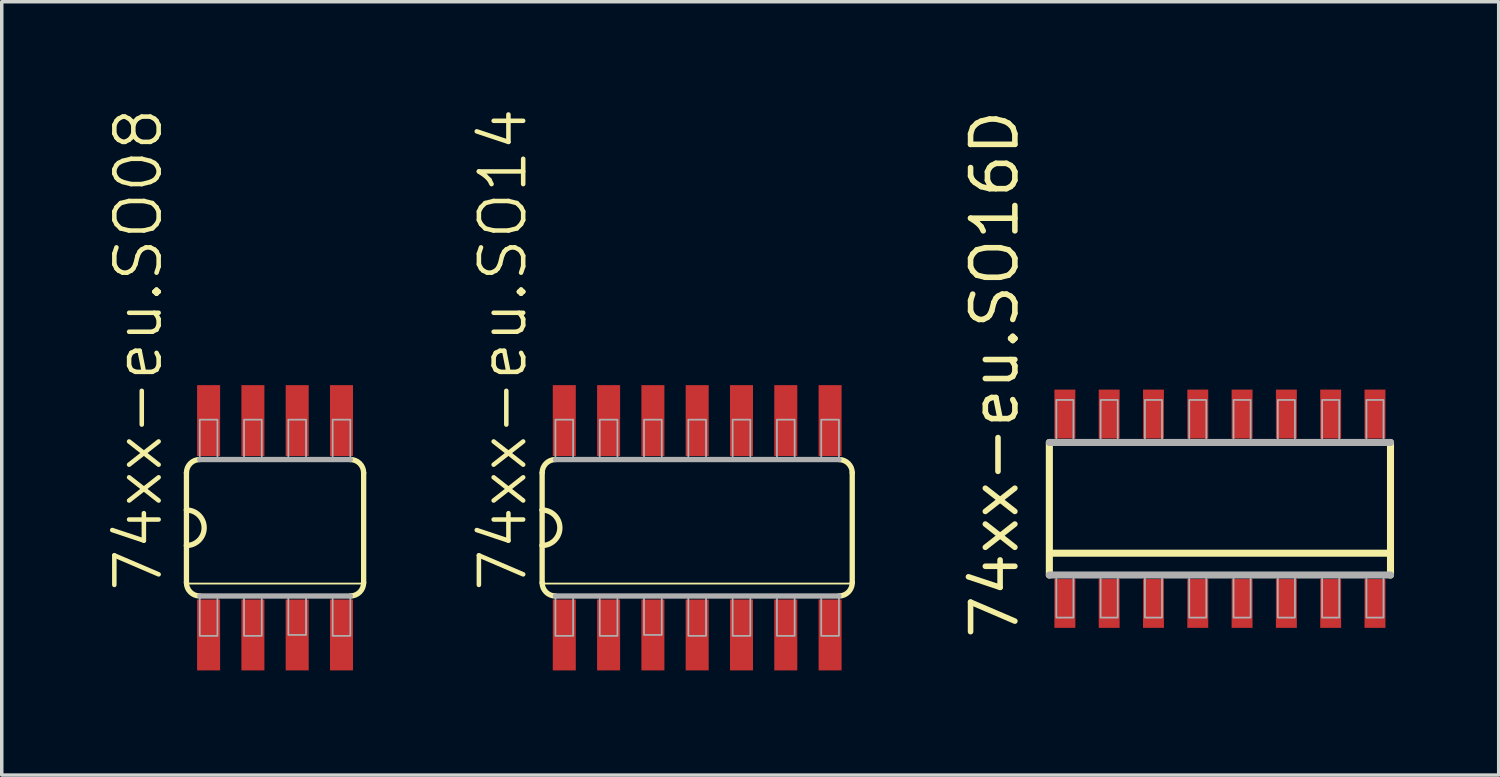
<source format=kicad_pcb>
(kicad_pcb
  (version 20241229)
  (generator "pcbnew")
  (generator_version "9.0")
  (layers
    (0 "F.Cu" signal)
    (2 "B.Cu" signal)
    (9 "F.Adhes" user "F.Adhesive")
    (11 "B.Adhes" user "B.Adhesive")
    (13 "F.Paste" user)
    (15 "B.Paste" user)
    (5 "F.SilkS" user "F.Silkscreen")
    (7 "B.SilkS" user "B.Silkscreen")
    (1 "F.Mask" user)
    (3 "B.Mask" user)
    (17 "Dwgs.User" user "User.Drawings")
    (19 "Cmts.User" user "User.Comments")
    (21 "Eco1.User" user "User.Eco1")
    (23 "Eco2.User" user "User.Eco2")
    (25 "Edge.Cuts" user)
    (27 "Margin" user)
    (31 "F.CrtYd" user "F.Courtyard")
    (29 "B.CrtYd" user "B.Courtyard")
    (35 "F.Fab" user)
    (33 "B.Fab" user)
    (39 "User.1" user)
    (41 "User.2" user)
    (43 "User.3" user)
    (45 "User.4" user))
  (footprint "74xx-eu.SO16D"
    (layer "F.Cu")
    (at 31.923 11.535)
    (property "Reference" "74xx-eu.SO16D" (at -5.715 3.81 90) (layer "F.SilkS") (effects (font (size 1.27 1.27) (thickness 0.16)) (justify left bottom)))
    (attr smd)
    (fp_line (start -4.89 1.9) (end -4.89 -1.9) (stroke (width 0.203) (type default)) (layer "F.SilkS"))
    (fp_line (start 4.84 1.275) (end -4.84 1.275) (stroke (width 0.203) (type default)) (layer "F.SilkS"))
    (fp_line (start 4.89 -1.9) (end 4.89 1.9) (stroke (width 0.203) (type default)) (layer "F.SilkS"))
    (fp_line (start -4.89 -1.9) (end 4.89 -1.9) (stroke (width 0.203) (type default)) (layer "F.Fab"))
    (fp_line (start 4.89 1.9) (end -4.89 1.9) (stroke (width 0.203) (type default)) (layer "F.Fab"))
    (fp_rect (start -4.69 -1.85) (end -4.2 -3.12) (stroke (width 0.05) (type default)) (fill no) (layer "F.Fab"))
    (fp_rect (start -4.69 3.12) (end -4.2 1.85) (stroke (width 0.05) (type default)) (fill no) (layer "F.Fab"))
    (fp_rect (start -3.42 -1.85) (end -2.93 -3.12) (stroke (width 0.05) (type default)) (fill no) (layer "F.Fab"))
    (fp_rect (start -3.42 3.12) (end -2.93 1.85) (stroke (width 0.05) (type default)) (fill no) (layer "F.Fab"))
    (fp_rect (start -2.15 -1.85) (end -1.66 -3.12) (stroke (width 0.05) (type default)) (fill no) (layer "F.Fab"))
    (fp_rect (start -2.15 3.12) (end -1.66 1.85) (stroke (width 0.05) (type default)) (fill no) (layer "F.Fab"))
    (fp_rect (start -0.88 -1.85) (end -0.39 -3.12) (stroke (width 0.05) (type default)) (fill no) (layer "F.Fab"))
    (fp_rect (start -0.88 3.12) (end -0.39 1.85) (stroke (width 0.05) (type default)) (fill no) (layer "F.Fab"))
    (fp_rect (start 0.39 -1.85) (end 0.88 -3.12) (stroke (width 0.05) (type default)) (fill no) (layer "F.Fab"))
    (fp_rect (start 0.39 3.12) (end 0.88 1.85) (stroke (width 0.05) (type default)) (fill no) (layer "F.Fab"))
    (fp_rect (start 1.66 -1.85) (end 2.15 -3.12) (stroke (width 0.05) (type default)) (fill no) (layer "F.Fab"))
    (fp_rect (start 1.66 3.12) (end 2.15 1.85) (stroke (width 0.05) (type default)) (fill no) (layer "F.Fab"))
    (fp_rect (start 2.93 -1.85) (end 3.42 -3.12) (stroke (width 0.05) (type default)) (fill no) (layer "F.Fab"))
    (fp_rect (start 2.93 3.12) (end 3.42 1.85) (stroke (width 0.05) (type default)) (fill no) (layer "F.Fab"))
    (fp_rect (start 4.2 -1.85) (end 4.69 -3.12) (stroke (width 0.05) (type default)) (fill no) (layer "F.Fab"))
    (fp_rect (start 4.2 3.12) (end 4.69 1.85) (stroke (width 0.05) (type default)) (fill no) (layer "F.Fab"))
    (pad "1" smd roundrect (at -4.445 2.715) (size 0.6 1.4) (layers "F.Cu" "F.Mask" "F.Paste") (roundrect_rratio 0.01))
    (pad "2" smd roundrect (at -3.175 2.715) (size 0.6 1.4) (layers "F.Cu" "F.Mask" "F.Paste") (roundrect_rratio 0.01))
    (pad "3" smd roundrect (at -1.905 2.715) (size 0.6 1.4) (layers "F.Cu" "F.Mask" "F.Paste") (roundrect_rratio 0.01))
    (pad "4" smd roundrect (at -0.635 2.715) (size 0.6 1.4) (layers "F.Cu" "F.Mask" "F.Paste") (roundrect_rratio 0.01))
    (pad "5" smd roundrect (at 0.635 2.715) (size 0.6 1.4) (layers "F.Cu" "F.Mask" "F.Paste") (roundrect_rratio 0.01))
    (pad "6" smd roundrect (at 1.905 2.715) (size 0.6 1.4) (layers "F.Cu" "F.Mask" "F.Paste") (roundrect_rratio 0.01))
    (pad "7" smd roundrect (at 3.175 2.715) (size 0.6 1.4) (layers "F.Cu" "F.Mask" "F.Paste") (roundrect_rratio 0.01))
    (pad "8" smd roundrect (at 4.445 2.715) (size 0.6 1.4) (layers "F.Cu" "F.Mask" "F.Paste") (roundrect_rratio 0.01))
    (pad "9" smd roundrect (at 4.445 -2.715 180) (size 0.6 1.4) (layers "F.Cu" "F.Mask" "F.Paste") (roundrect_rratio 0.01))
    (pad "10" smd roundrect (at 3.175 -2.715 180) (size 0.6 1.4) (layers "F.Cu" "F.Mask" "F.Paste") (roundrect_rratio 0.01))
    (pad "11" smd roundrect (at 1.905 -2.715 180) (size 0.6 1.4) (layers "F.Cu" "F.Mask" "F.Paste") (roundrect_rratio 0.01))
    (pad "12" smd roundrect (at 0.635 -2.715 180) (size 0.6 1.4) (layers "F.Cu" "F.Mask" "F.Paste") (roundrect_rratio 0.01))
    (pad "13" smd roundrect (at -0.635 -2.715 180) (size 0.6 1.4) (layers "F.Cu" "F.Mask" "F.Paste") (roundrect_rratio 0.01))
    (pad "14" smd roundrect (at -1.905 -2.715 180) (size 0.6 1.4) (layers "F.Cu" "F.Mask" "F.Paste") (roundrect_rratio 0.01))
    (pad "15" smd roundrect (at -3.175 -2.715 180) (size 0.6 1.4) (layers "F.Cu" "F.Mask" "F.Paste") (roundrect_rratio 0.01))
    (pad "16" smd roundrect (at -4.445 -2.715 180) (size 0.6 1.4) (layers "F.Cu" "F.Mask" "F.Paste") (roundrect_rratio 0.01)))
  (footprint "74xx-eu.SO08"
    (layer "F.Cu")
    (at 4.835 12.08)
    (property "Reference" "74xx-eu.SO08" (at -3.175 1.905 90) (layer "F.SilkS") (effects (font (size 1.27 1.27) (thickness 0.13)) (justify left bottom)))
    (attr smd)
    (fp_line (start -2.54 -1.575) (end -2.54 -0.508) (stroke (width 0.152) (type default)) (layer "F.SilkS"))
    (fp_line (start -2.54 -0.508) (end -2.54 0.508) (stroke (width 0.152) (type default)) (layer "F.SilkS"))
    (fp_line (start -2.54 0.508) (end -2.54 1.575) (stroke (width 0.152) (type default)) (layer "F.SilkS"))
    (fp_line (start -2.54 1.6) (end 2.54 1.6) (stroke (width 0.051) (type default)) (layer "F.SilkS"))
    (fp_line (start 2.54 1.575) (end 2.54 -1.575) (stroke (width 0.152) (type default)) (layer "F.SilkS"))
    (fp_arc (start -2.54 -1.5748) (mid -2.428408 -1.844208) (end -2.159 -1.9558) (stroke (width 0.1524) (type default)) (layer "F.SilkS"))
    (fp_arc (start -2.54 -0.508) (mid -2.032 0) (end -2.54 0.508) (stroke (width 0.1524) (type default)) (layer "F.SilkS"))
    (fp_arc (start -2.159 1.9558) (mid -2.428408 1.844208) (end -2.54 1.5748) (stroke (width 0.1524) (type default)) (layer "F.SilkS"))
    (fp_arc (start 2.159 -1.9558) (mid 2.428408 -1.844208) (end 2.54 -1.5748) (stroke (width 0.1524) (type default)) (layer "F.SilkS"))
    (fp_arc (start 2.54 1.5748) (mid 2.428408 1.844208) (end 2.159 1.9558) (stroke (width 0.1524) (type default)) (layer "F.SilkS"))
    (fp_line (start -2.159 1.956) (end 2.159 1.956) (stroke (width 0.152) (type default)) (layer "F.Fab"))
    (fp_line (start 2.159 -1.956) (end -2.159 -1.956) (stroke (width 0.152) (type default)) (layer "F.Fab"))
    (fp_rect (start -2.159 -1.956) (end -1.651 -3.099) (stroke (width 0.05) (type default)) (fill no) (layer "F.Fab"))
    (fp_rect (start -2.159 3.099) (end -1.651 1.956) (stroke (width 0.05) (type default)) (fill no) (layer "F.Fab"))
    (fp_rect (start -0.889 -1.956) (end -0.381 -3.099) (stroke (width 0.05) (type default)) (fill no) (layer "F.Fab"))
    (fp_rect (start -0.889 3.099) (end -0.381 1.956) (stroke (width 0.05) (type default)) (fill no) (layer "F.Fab"))
    (fp_rect (start 0.381 -1.956) (end 0.889 -3.099) (stroke (width 0.05) (type default)) (fill no) (layer "F.Fab"))
    (fp_rect (start 0.381 3.073) (end 0.889 1.93) (stroke (width 0.05) (type default)) (fill no) (layer "F.Fab"))
    (fp_rect (start 1.651 -1.956) (end 2.159 -3.099) (stroke (width 0.05) (type default)) (fill no) (layer "F.Fab"))
    (fp_rect (start 1.651 3.099) (end 2.159 1.956) (stroke (width 0.05) (type default)) (fill no) (layer "F.Fab"))
    (pad "1" smd roundrect (at -1.905 3.073) (size 0.66 2.032) (layers "F.Cu" "F.Mask" "F.Paste") (roundrect_rratio 0.01))
    (pad "2" smd roundrect (at -0.635 3.073) (size 0.66 2.032) (layers "F.Cu" "F.Mask" "F.Paste") (roundrect_rratio 0.01))
    (pad "3" smd roundrect (at 0.635 3.073) (size 0.66 2.032) (layers "F.Cu" "F.Mask" "F.Paste") (roundrect_rratio 0.01))
    (pad "4" smd roundrect (at 1.905 3.073) (size 0.66 2.032) (layers "F.Cu" "F.Mask" "F.Paste") (roundrect_rratio 0.01))
    (pad "5" smd roundrect (at 1.905 -3.073) (size 0.66 2.032) (layers "F.Cu" "F.Mask" "F.Paste") (roundrect_rratio 0.01))
    (pad "6" smd roundrect (at 0.635 -3.073) (size 0.66 2.032) (layers "F.Cu" "F.Mask" "F.Paste") (roundrect_rratio 0.01))
    (pad "7" smd roundrect (at -0.635 -3.073) (size 0.66 2.032) (layers "F.Cu" "F.Mask" "F.Paste") (roundrect_rratio 0.01))
    (pad "8" smd roundrect (at -1.905 -3.073) (size 0.66 2.032) (layers "F.Cu" "F.Mask" "F.Paste") (roundrect_rratio 0.01)))
  (footprint "74xx-eu.SO14"
    (layer "F.Cu")
    (at 16.937 12.08)
    (property "Reference" "74xx-eu.SO14" (at -4.826 1.905 90) (layer "F.SilkS") (effects (font (size 1.27 1.27) (thickness 0.13)) (justify left bottom)))
    (attr smd)
    (fp_line (start -4.445 -1.575) (end -4.445 -0.508) (stroke (width 0.152) (type default)) (layer "F.SilkS"))
    (fp_line (start -4.445 -0.508) (end -4.445 0.508) (stroke (width 0.152) (type default)) (layer "F.SilkS"))
    (fp_line (start -4.445 0.508) (end -4.445 1.575) (stroke (width 0.152) (type default)) (layer "F.SilkS"))
    (fp_line (start -4.445 1.6) (end 4.445 1.6) (stroke (width 0.051) (type default)) (layer "F.SilkS"))
    (fp_line (start 4.445 1.575) (end 4.445 -1.575) (stroke (width 0.152) (type default)) (layer "F.SilkS"))
    (fp_arc (start -4.445 -1.5748) (mid -4.333408 -1.844208) (end -4.064 -1.9558) (stroke (width 0.1524) (type default)) (layer "F.SilkS"))
    (fp_arc (start -4.445 -0.508) (mid -3.937 0) (end -4.445 0.508) (stroke (width 0.1524) (type default)) (layer "F.SilkS"))
    (fp_arc (start -4.064 1.9558) (mid -4.333408 1.844208) (end -4.445 1.5748) (stroke (width 0.1524) (type default)) (layer "F.SilkS"))
    (fp_arc (start 4.064 -1.9558) (mid 4.333408 -1.844208) (end 4.445 -1.5748) (stroke (width 0.1524) (type default)) (layer "F.SilkS"))
    (fp_arc (start 4.445 1.5748) (mid 4.333408 1.844208) (end 4.064 1.9558) (stroke (width 0.1524) (type default)) (layer "F.SilkS"))
    (fp_line (start -4.064 1.956) (end 4.064 1.956) (stroke (width 0.152) (type default)) (layer "F.Fab"))
    (fp_line (start 4.064 -1.956) (end -4.064 -1.956) (stroke (width 0.152) (type default)) (layer "F.Fab"))
    (fp_rect (start -4.064 -1.956) (end -3.556 -3.099) (stroke (width 0.05) (type default)) (fill no) (layer "F.Fab"))
    (fp_rect (start -4.064 3.099) (end -3.556 1.956) (stroke (width 0.05) (type default)) (fill no) (layer "F.Fab"))
    (fp_rect (start -2.794 -1.956) (end -2.286 -3.099) (stroke (width 0.05) (type default)) (fill no) (layer "F.Fab"))
    (fp_rect (start -2.794 3.099) (end -2.286 1.956) (stroke (width 0.05) (type default)) (fill no) (layer "F.Fab"))
    (fp_rect (start -1.524 -1.956) (end -1.016 -3.099) (stroke (width 0.05) (type default)) (fill no) (layer "F.Fab"))
    (fp_rect (start -1.524 3.073) (end -1.016 1.93) (stroke (width 0.05) (type default)) (fill no) (layer "F.Fab"))
    (fp_rect (start -0.254 -1.956) (end 0.254 -3.099) (stroke (width 0.05) (type default)) (fill no) (layer "F.Fab"))
    (fp_rect (start -0.254 3.099) (end 0.254 1.956) (stroke (width 0.05) (type default)) (fill no) (layer "F.Fab"))
    (fp_rect (start 1.016 -1.956) (end 1.524 -3.099) (stroke (width 0.05) (type default)) (fill no) (layer "F.Fab"))
    (fp_rect (start 1.016 3.099) (end 1.524 1.956) (stroke (width 0.05) (type default)) (fill no) (layer "F.Fab"))
    (fp_rect (start 2.286 -1.956) (end 2.794 -3.099) (stroke (width 0.05) (type default)) (fill no) (layer "F.Fab"))
    (fp_rect (start 2.286 3.099) (end 2.794 1.956) (stroke (width 0.05) (type default)) (fill no) (layer "F.Fab"))
    (fp_rect (start 3.556 -1.956) (end 4.064 -3.099) (stroke (width 0.05) (type default)) (fill no) (layer "F.Fab"))
    (fp_rect (start 3.556 3.099) (end 4.064 1.956) (stroke (width 0.05) (type default)) (fill no) (layer "F.Fab"))
    (pad "1" smd roundrect (at -3.81 3.073) (size 0.66 2.032) (layers "F.Cu" "F.Mask" "F.Paste") (roundrect_rratio 0.01))
    (pad "2" smd roundrect (at -2.54 3.073) (size 0.66 2.032) (layers "F.Cu" "F.Mask" "F.Paste") (roundrect_rratio 0.01))
    (pad "3" smd roundrect (at -1.27 3.073) (size 0.66 2.032) (layers "F.Cu" "F.Mask" "F.Paste") (roundrect_rratio 0.01))
    (pad "4" smd roundrect (at 0 3.073) (size 0.66 2.032) (layers "F.Cu" "F.Mask" "F.Paste") (roundrect_rratio 0.01))
    (pad "5" smd roundrect (at 1.27 3.073) (size 0.66 2.032) (layers "F.Cu" "F.Mask" "F.Paste") (roundrect_rratio 0.01))
    (pad "6" smd roundrect (at 2.54 3.073) (size 0.66 2.032) (layers "F.Cu" "F.Mask" "F.Paste") (roundrect_rratio 0.01))
    (pad "7" smd roundrect (at 3.81 3.073) (size 0.66 2.032) (layers "F.Cu" "F.Mask" "F.Paste") (roundrect_rratio 0.01))
    (pad "8" smd roundrect (at 3.81 -3.073) (size 0.66 2.032) (layers "F.Cu" "F.Mask" "F.Paste") (roundrect_rratio 0.01))
    (pad "9" smd roundrect (at 2.54 -3.073) (size 0.66 2.032) (layers "F.Cu" "F.Mask" "F.Paste") (roundrect_rratio 0.01))
    (pad "10" smd roundrect (at 1.27 -3.073) (size 0.66 2.032) (layers "F.Cu" "F.Mask" "F.Paste") (roundrect_rratio 0.01))
    (pad "11" smd roundrect (at 0 -3.073) (size 0.66 2.032) (layers "F.Cu" "F.Mask" "F.Paste") (roundrect_rratio 0.01))
    (pad "12" smd roundrect (at -1.27 -3.073) (size 0.66 2.032) (layers "F.Cu" "F.Mask" "F.Paste") (roundrect_rratio 0.01))
    (pad "13" smd roundrect (at -2.54 -3.073) (size 0.66 2.032) (layers "F.Cu" "F.Mask" "F.Paste") (roundrect_rratio 0.01))
    (pad "14" smd roundrect (at -3.81 -3.073) (size 0.66 2.032) (layers "F.Cu" "F.Mask" "F.Paste") (roundrect_rratio 0.01)))
  (gr_rect
    (start -3 -3)
    (end 39.915 19.169)
    (stroke (width 0.1) (type default))
    (fill no)
    (layer "Edge.Cuts")))
</source>
